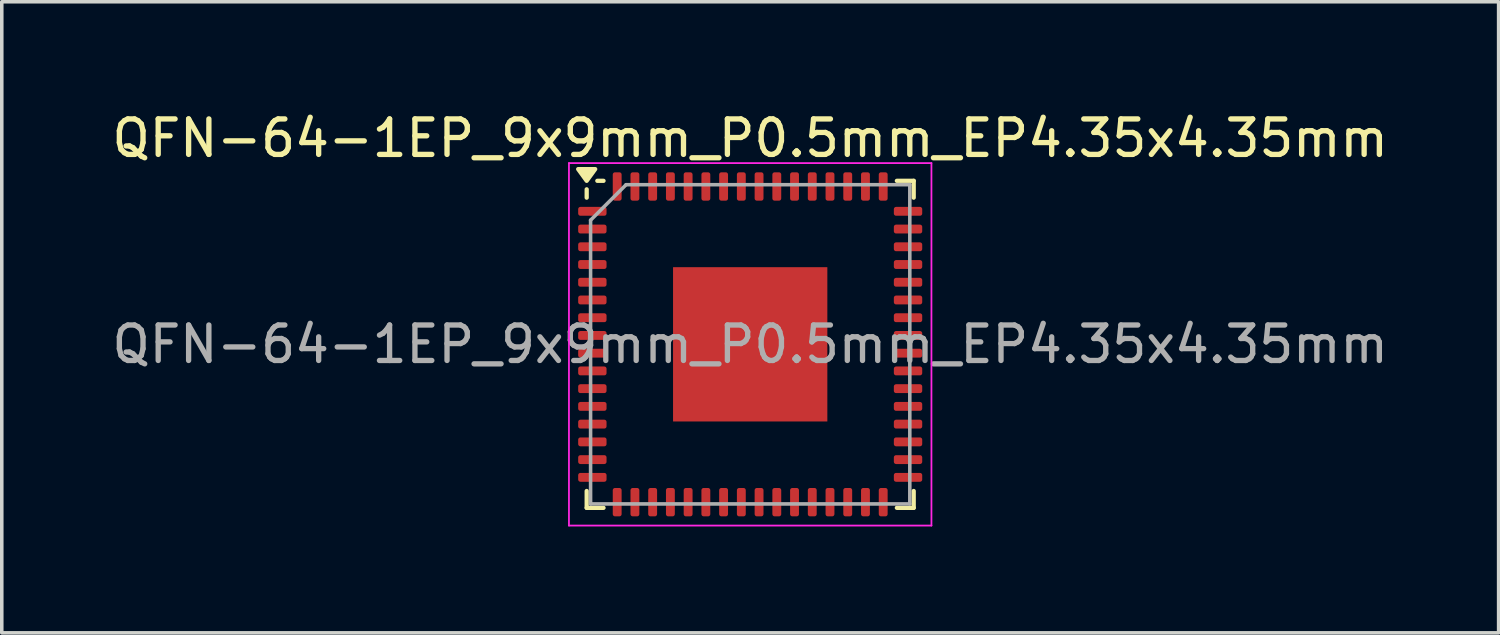
<source format=kicad_pcb>
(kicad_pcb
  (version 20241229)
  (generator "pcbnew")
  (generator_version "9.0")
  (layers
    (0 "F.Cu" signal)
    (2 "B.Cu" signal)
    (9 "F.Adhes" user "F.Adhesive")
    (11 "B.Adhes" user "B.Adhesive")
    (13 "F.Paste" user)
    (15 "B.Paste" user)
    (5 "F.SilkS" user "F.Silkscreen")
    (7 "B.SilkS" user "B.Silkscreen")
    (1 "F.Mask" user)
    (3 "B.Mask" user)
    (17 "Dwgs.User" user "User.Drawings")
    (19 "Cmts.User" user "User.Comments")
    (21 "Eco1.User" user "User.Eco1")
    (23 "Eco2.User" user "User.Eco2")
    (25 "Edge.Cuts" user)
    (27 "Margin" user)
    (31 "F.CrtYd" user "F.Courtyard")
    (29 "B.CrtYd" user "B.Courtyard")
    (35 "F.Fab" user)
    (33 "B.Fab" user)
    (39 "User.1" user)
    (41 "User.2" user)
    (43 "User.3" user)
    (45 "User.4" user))
  (footprint "QFN-64-1EP_9x9mm_P0.5mm_EP4.35x4.35mm"
    (layer "F.Cu")
    (at 18.101 6.658)
    (property "Reference" "QFN-64-1EP_9x9mm_P0.5mm_EP4.35x4.35mm" (at 0 -5.81 0) (layer "F.SilkS") (effects (font (size 1 1) (thickness 0.15))))
    (attr smd)
    (fp_line (start -4.61 -4.135) (end -4.61 -4.37) (stroke (width 0.12) (type solid)) (layer "F.SilkS"))
    (fp_line (start -4.61 4.61) (end -4.61 4.135) (stroke (width 0.12) (type solid)) (layer "F.SilkS"))
    (fp_line (start -4.135 -4.61) (end -4.31 -4.61) (stroke (width 0.12) (type solid)) (layer "F.SilkS"))
    (fp_line (start -4.135 4.61) (end -4.61 4.61) (stroke (width 0.12) (type solid)) (layer "F.SilkS"))
    (fp_line (start 4.135 -4.61) (end 4.61 -4.61) (stroke (width 0.12) (type solid)) (layer "F.SilkS"))
    (fp_line (start 4.135 4.61) (end 4.61 4.61) (stroke (width 0.12) (type solid)) (layer "F.SilkS"))
    (fp_line (start 4.61 -4.61) (end 4.61 -4.135) (stroke (width 0.12) (type solid)) (layer "F.SilkS"))
    (fp_line (start 4.61 4.61) (end 4.61 4.135) (stroke (width 0.12) (type solid)) (layer "F.SilkS"))
    (fp_poly (pts (xy -4.61 -4.61) (xy -4.85 -4.94) (xy -4.37 -4.94) (xy -4.61 -4.61)) (stroke (width 0.12) (type solid)) (fill yes) (layer "F.SilkS"))
    (fp_line (start -5.11 -5.11) (end -5.11 5.11) (stroke (width 0.05) (type solid)) (layer "F.CrtYd"))
    (fp_line (start -5.11 5.11) (end 5.11 5.11) (stroke (width 0.05) (type solid)) (layer "F.CrtYd"))
    (fp_line (start 5.11 -5.11) (end -5.11 -5.11) (stroke (width 0.05) (type solid)) (layer "F.CrtYd"))
    (fp_line (start 5.11 5.11) (end 5.11 -5.11) (stroke (width 0.05) (type solid)) (layer "F.CrtYd"))
    (fp_line (start -4.5 -3.5) (end -3.5 -4.5) (stroke (width 0.1) (type solid)) (layer "F.Fab"))
    (fp_line (start -4.5 4.5) (end -4.5 -3.5) (stroke (width 0.1) (type solid)) (layer "F.Fab"))
    (fp_line (start -3.5 -4.5) (end 4.5 -4.5) (stroke (width 0.1) (type solid)) (layer "F.Fab"))
    (fp_line (start 4.5 -4.5) (end 4.5 4.5) (stroke (width 0.1) (type solid)) (layer "F.Fab"))
    (fp_line (start 4.5 4.5) (end -4.5 4.5) (stroke (width 0.1) (type solid)) (layer "F.Fab"))
    (fp_text user "${REFERENCE}" (at 0 0 0) (layer "F.Fab") (effects (font (size 1 1) (thickness 0.15))))
    (pad "" smd roundrect (at -1.45 -1.45) (size 1.17 1.17) (layers "F.Paste") (roundrect_rratio 0.214))
    (pad "" smd roundrect (at -1.45 0) (size 1.17 1.17) (layers "F.Paste") (roundrect_rratio 0.214))
    (pad "" smd roundrect (at -1.45 1.45) (size 1.17 1.17) (layers "F.Paste") (roundrect_rratio 0.214))
    (pad "" smd roundrect (at 0 -1.45) (size 1.17 1.17) (layers "F.Paste") (roundrect_rratio 0.214))
    (pad "" smd roundrect (at 0 0) (size 1.17 1.17) (layers "F.Paste") (roundrect_rratio 0.214))
    (pad "" smd roundrect (at 0 1.45) (size 1.17 1.17) (layers "F.Paste") (roundrect_rratio 0.214))
    (pad "" smd roundrect (at 1.45 -1.45) (size 1.17 1.17) (layers "F.Paste") (roundrect_rratio 0.214))
    (pad "" smd roundrect (at 1.45 0) (size 1.17 1.17) (layers "F.Paste") (roundrect_rratio 0.214))
    (pad "" smd roundrect (at 1.45 1.45) (size 1.17 1.17) (layers "F.Paste") (roundrect_rratio 0.214))
    (pad "1" smd roundrect (at -4.45 -3.75) (size 0.8 0.25) (layers "F.Cu" "F.Mask" "F.Paste") (roundrect_rratio 0.25))
    (pad "2" smd roundrect (at -4.45 -3.25) (size 0.8 0.25) (layers "F.Cu" "F.Mask" "F.Paste") (roundrect_rratio 0.25))
    (pad "3" smd roundrect (at -4.45 -2.75) (size 0.8 0.25) (layers "F.Cu" "F.Mask" "F.Paste") (roundrect_rratio 0.25))
    (pad "4" smd roundrect (at -4.45 -2.25) (size 0.8 0.25) (layers "F.Cu" "F.Mask" "F.Paste") (roundrect_rratio 0.25))
    (pad "5" smd roundrect (at -4.45 -1.75) (size 0.8 0.25) (layers "F.Cu" "F.Mask" "F.Paste") (roundrect_rratio 0.25))
    (pad "6" smd roundrect (at -4.45 -1.25) (size 0.8 0.25) (layers "F.Cu" "F.Mask" "F.Paste") (roundrect_rratio 0.25))
    (pad "7" smd roundrect (at -4.45 -0.75) (size 0.8 0.25) (layers "F.Cu" "F.Mask" "F.Paste") (roundrect_rratio 0.25))
    (pad "8" smd roundrect (at -4.45 -0.25) (size 0.8 0.25) (layers "F.Cu" "F.Mask" "F.Paste") (roundrect_rratio 0.25))
    (pad "9" smd roundrect (at -4.45 0.25) (size 0.8 0.25) (layers "F.Cu" "F.Mask" "F.Paste") (roundrect_rratio 0.25))
    (pad "10" smd roundrect (at -4.45 0.75) (size 0.8 0.25) (layers "F.Cu" "F.Mask" "F.Paste") (roundrect_rratio 0.25))
    (pad "11" smd roundrect (at -4.45 1.25) (size 0.8 0.25) (layers "F.Cu" "F.Mask" "F.Paste") (roundrect_rratio 0.25))
    (pad "12" smd roundrect (at -4.45 1.75) (size 0.8 0.25) (layers "F.Cu" "F.Mask" "F.Paste") (roundrect_rratio 0.25))
    (pad "13" smd roundrect (at -4.45 2.25) (size 0.8 0.25) (layers "F.Cu" "F.Mask" "F.Paste") (roundrect_rratio 0.25))
    (pad "14" smd roundrect (at -4.45 2.75) (size 0.8 0.25) (layers "F.Cu" "F.Mask" "F.Paste") (roundrect_rratio 0.25))
    (pad "15" smd roundrect (at -4.45 3.25) (size 0.8 0.25) (layers "F.Cu" "F.Mask" "F.Paste") (roundrect_rratio 0.25))
    (pad "16" smd roundrect (at -4.45 3.75) (size 0.8 0.25) (layers "F.Cu" "F.Mask" "F.Paste") (roundrect_rratio 0.25))
    (pad "17" smd roundrect (at -3.75 4.45) (size 0.25 0.8) (layers "F.Cu" "F.Mask" "F.Paste") (roundrect_rratio 0.25))
    (pad "18" smd roundrect (at -3.25 4.45) (size 0.25 0.8) (layers "F.Cu" "F.Mask" "F.Paste") (roundrect_rratio 0.25))
    (pad "19" smd roundrect (at -2.75 4.45) (size 0.25 0.8) (layers "F.Cu" "F.Mask" "F.Paste") (roundrect_rratio 0.25))
    (pad "20" smd roundrect (at -2.25 4.45) (size 0.25 0.8) (layers "F.Cu" "F.Mask" "F.Paste") (roundrect_rratio 0.25))
    (pad "21" smd roundrect (at -1.75 4.45) (size 0.25 0.8) (layers "F.Cu" "F.Mask" "F.Paste") (roundrect_rratio 0.25))
    (pad "22" smd roundrect (at -1.25 4.45) (size 0.25 0.8) (layers "F.Cu" "F.Mask" "F.Paste") (roundrect_rratio 0.25))
    (pad "23" smd roundrect (at -0.75 4.45) (size 0.25 0.8) (layers "F.Cu" "F.Mask" "F.Paste") (roundrect_rratio 0.25))
    (pad "24" smd roundrect (at -0.25 4.45) (size 0.25 0.8) (layers "F.Cu" "F.Mask" "F.Paste") (roundrect_rratio 0.25))
    (pad "25" smd roundrect (at 0.25 4.45) (size 0.25 0.8) (layers "F.Cu" "F.Mask" "F.Paste") (roundrect_rratio 0.25))
    (pad "26" smd roundrect (at 0.75 4.45) (size 0.25 0.8) (layers "F.Cu" "F.Mask" "F.Paste") (roundrect_rratio 0.25))
    (pad "27" smd roundrect (at 1.25 4.45) (size 0.25 0.8) (layers "F.Cu" "F.Mask" "F.Paste") (roundrect_rratio 0.25))
    (pad "28" smd roundrect (at 1.75 4.45) (size 0.25 0.8) (layers "F.Cu" "F.Mask" "F.Paste") (roundrect_rratio 0.25))
    (pad "29" smd roundrect (at 2.25 4.45) (size 0.25 0.8) (layers "F.Cu" "F.Mask" "F.Paste") (roundrect_rratio 0.25))
    (pad "30" smd roundrect (at 2.75 4.45) (size 0.25 0.8) (layers "F.Cu" "F.Mask" "F.Paste") (roundrect_rratio 0.25))
    (pad "31" smd roundrect (at 3.25 4.45) (size 0.25 0.8) (layers "F.Cu" "F.Mask" "F.Paste") (roundrect_rratio 0.25))
    (pad "32" smd roundrect (at 3.75 4.45) (size 0.25 0.8) (layers "F.Cu" "F.Mask" "F.Paste") (roundrect_rratio 0.25))
    (pad "33" smd roundrect (at 4.45 3.75) (size 0.8 0.25) (layers "F.Cu" "F.Mask" "F.Paste") (roundrect_rratio 0.25))
    (pad "34" smd roundrect (at 4.45 3.25) (size 0.8 0.25) (layers "F.Cu" "F.Mask" "F.Paste") (roundrect_rratio 0.25))
    (pad "35" smd roundrect (at 4.45 2.75) (size 0.8 0.25) (layers "F.Cu" "F.Mask" "F.Paste") (roundrect_rratio 0.25))
    (pad "36" smd roundrect (at 4.45 2.25) (size 0.8 0.25) (layers "F.Cu" "F.Mask" "F.Paste") (roundrect_rratio 0.25))
    (pad "37" smd roundrect (at 4.45 1.75) (size 0.8 0.25) (layers "F.Cu" "F.Mask" "F.Paste") (roundrect_rratio 0.25))
    (pad "38" smd roundrect (at 4.45 1.25) (size 0.8 0.25) (layers "F.Cu" "F.Mask" "F.Paste") (roundrect_rratio 0.25))
    (pad "39" smd roundrect (at 4.45 0.75) (size 0.8 0.25) (layers "F.Cu" "F.Mask" "F.Paste") (roundrect_rratio 0.25))
    (pad "40" smd roundrect (at 4.45 0.25) (size 0.8 0.25) (layers "F.Cu" "F.Mask" "F.Paste") (roundrect_rratio 0.25))
    (pad "41" smd roundrect (at 4.45 -0.25) (size 0.8 0.25) (layers "F.Cu" "F.Mask" "F.Paste") (roundrect_rratio 0.25))
    (pad "42" smd roundrect (at 4.45 -0.75) (size 0.8 0.25) (layers "F.Cu" "F.Mask" "F.Paste") (roundrect_rratio 0.25))
    (pad "43" smd roundrect (at 4.45 -1.25) (size 0.8 0.25) (layers "F.Cu" "F.Mask" "F.Paste") (roundrect_rratio 0.25))
    (pad "44" smd roundrect (at 4.45 -1.75) (size 0.8 0.25) (layers "F.Cu" "F.Mask" "F.Paste") (roundrect_rratio 0.25))
    (pad "45" smd roundrect (at 4.45 -2.25) (size 0.8 0.25) (layers "F.Cu" "F.Mask" "F.Paste") (roundrect_rratio 0.25))
    (pad "46" smd roundrect (at 4.45 -2.75) (size 0.8 0.25) (layers "F.Cu" "F.Mask" "F.Paste") (roundrect_rratio 0.25))
    (pad "47" smd roundrect (at 4.45 -3.25) (size 0.8 0.25) (layers "F.Cu" "F.Mask" "F.Paste") (roundrect_rratio 0.25))
    (pad "48" smd roundrect (at 4.45 -3.75) (size 0.8 0.25) (layers "F.Cu" "F.Mask" "F.Paste") (roundrect_rratio 0.25))
    (pad "49" smd roundrect (at 3.75 -4.45) (size 0.25 0.8) (layers "F.Cu" "F.Mask" "F.Paste") (roundrect_rratio 0.25))
    (pad "50" smd roundrect (at 3.25 -4.45) (size 0.25 0.8) (layers "F.Cu" "F.Mask" "F.Paste") (roundrect_rratio 0.25))
    (pad "51" smd roundrect (at 2.75 -4.45) (size 0.25 0.8) (layers "F.Cu" "F.Mask" "F.Paste") (roundrect_rratio 0.25))
    (pad "52" smd roundrect (at 2.25 -4.45) (size 0.25 0.8) (layers "F.Cu" "F.Mask" "F.Paste") (roundrect_rratio 0.25))
    (pad "53" smd roundrect (at 1.75 -4.45) (size 0.25 0.8) (layers "F.Cu" "F.Mask" "F.Paste") (roundrect_rratio 0.25))
    (pad "54" smd roundrect (at 1.25 -4.45) (size 0.25 0.8) (layers "F.Cu" "F.Mask" "F.Paste") (roundrect_rratio 0.25))
    (pad "55" smd roundrect (at 0.75 -4.45) (size 0.25 0.8) (layers "F.Cu" "F.Mask" "F.Paste") (roundrect_rratio 0.25))
    (pad "56" smd roundrect (at 0.25 -4.45) (size 0.25 0.8) (layers "F.Cu" "F.Mask" "F.Paste") (roundrect_rratio 0.25))
    (pad "57" smd roundrect (at -0.25 -4.45) (size 0.25 0.8) (layers "F.Cu" "F.Mask" "F.Paste") (roundrect_rratio 0.25))
    (pad "58" smd roundrect (at -0.75 -4.45) (size 0.25 0.8) (layers "F.Cu" "F.Mask" "F.Paste") (roundrect_rratio 0.25))
    (pad "59" smd roundrect (at -1.25 -4.45) (size 0.25 0.8) (layers "F.Cu" "F.Mask" "F.Paste") (roundrect_rratio 0.25))
    (pad "60" smd roundrect (at -1.75 -4.45) (size 0.25 0.8) (layers "F.Cu" "F.Mask" "F.Paste") (roundrect_rratio 0.25))
    (pad "61" smd roundrect (at -2.25 -4.45) (size 0.25 0.8) (layers "F.Cu" "F.Mask" "F.Paste") (roundrect_rratio 0.25))
    (pad "62" smd roundrect (at -2.75 -4.45) (size 0.25 0.8) (layers "F.Cu" "F.Mask" "F.Paste") (roundrect_rratio 0.25))
    (pad "63" smd roundrect (at -3.25 -4.45) (size 0.25 0.8) (layers "F.Cu" "F.Mask" "F.Paste") (roundrect_rratio 0.25))
    (pad "64" smd roundrect (at -3.75 -4.45) (size 0.25 0.8) (layers "F.Cu" "F.Mask" "F.Paste") (roundrect_rratio 0.25))
    (pad "65" smd rect (at 0 0) (size 4.35 4.35) (property pad_prop_heatsink) (layers "F.Cu" "F.Mask")))
  (gr_rect
    (start -3 -3)
    (end 39.202 14.793)
    (stroke (width 0.1) (type default))
    (fill no)
    (layer "Edge.Cuts")))
</source>
